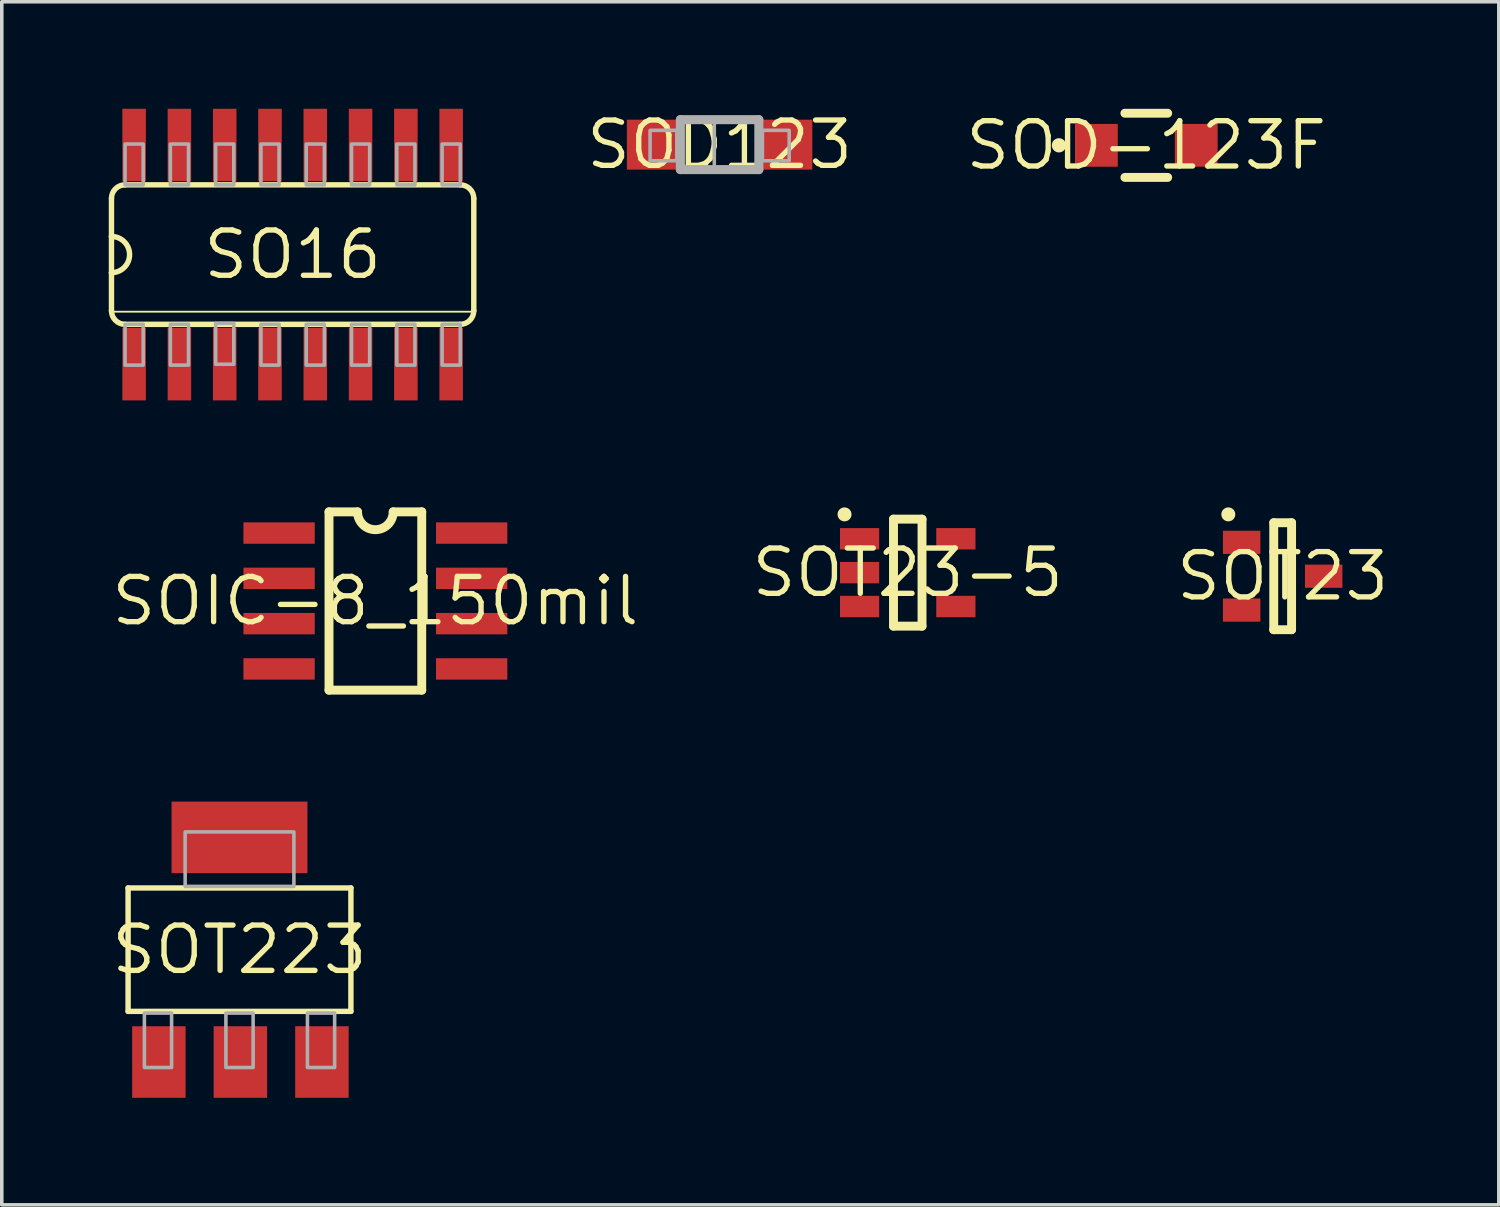
<source format=kicad_pcb>
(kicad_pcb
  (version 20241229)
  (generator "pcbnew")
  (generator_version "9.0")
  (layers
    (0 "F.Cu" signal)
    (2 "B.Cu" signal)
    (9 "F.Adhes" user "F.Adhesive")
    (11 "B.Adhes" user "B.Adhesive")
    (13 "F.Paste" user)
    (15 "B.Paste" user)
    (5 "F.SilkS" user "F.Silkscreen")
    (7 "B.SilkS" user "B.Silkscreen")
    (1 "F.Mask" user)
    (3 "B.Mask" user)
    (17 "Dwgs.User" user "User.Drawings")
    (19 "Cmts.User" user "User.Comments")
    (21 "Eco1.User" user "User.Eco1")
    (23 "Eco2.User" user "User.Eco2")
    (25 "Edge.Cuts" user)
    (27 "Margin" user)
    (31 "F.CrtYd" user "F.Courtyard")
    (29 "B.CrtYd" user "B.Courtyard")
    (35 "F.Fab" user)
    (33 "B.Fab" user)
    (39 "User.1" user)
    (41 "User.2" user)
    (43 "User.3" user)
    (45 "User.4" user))
  (footprint "SOT23"
    (layer "F.Cu")
    (at 32.918 13.108)
    (property "Reference" "SOT23" (at 0 0 0) (layer "F.SilkS") (effects (font (size 1.27 1.27) (thickness 0.15))))
    (fp_line (start -0.25 -1.5) (end -0.25 1.5) (stroke (width 0.25) (type solid)) (layer "F.SilkS"))
    (fp_line (start -0.25 1.5) (end 0.25 1.5) (stroke (width 0.25) (type solid)) (layer "F.SilkS"))
    (fp_line (start 0.25 -1.5) (end -0.25 -1.5) (stroke (width 0.25) (type solid)) (layer "F.SilkS"))
    (fp_line (start 0.25 1.5) (end 0.25 -1.5) (stroke (width 0.25) (type solid)) (layer "F.SilkS"))
    (fp_circle (center -1.524 -1.734) (end -1.426 -1.734) (stroke (width 0.196) (type solid)) (fill yes) (layer "F.SilkS"))
    (pad "1" smd rect (at -1.15 -0.95 270) (size 0.65 1.05) (layers "F.Cu" "F.Mask" "F.Paste"))
    (pad "2" smd rect (at -1.15 0.95 270) (size 0.65 1.05) (layers "F.Cu" "F.Mask" "F.Paste"))
    (pad "3" smd rect (at 1.15 0 270) (size 0.65 1.05) (layers "F.Cu" "F.Mask" "F.Paste")))
  (footprint "SOD123"
    (layer "F.Cu")
    (at 17.129 1.006)
    (property "Reference" "SOD123" (at 0 0 0) (layer "F.SilkS") (effects (font (size 1.27 1.27) (thickness 0.15))))
    (fp_line (start -1.1 -0.7) (end 1.1 -0.7) (stroke (width 0.254) (type solid)) (layer "F.Fab"))
    (fp_line (start -1.1 0.7) (end -1.1 -0.7) (stroke (width 0.254) (type solid)) (layer "F.Fab"))
    (fp_line (start 1.1 -0.7) (end 1.1 0.7) (stroke (width 0.254) (type solid)) (layer "F.Fab"))
    (fp_line (start 1.1 0.7) (end -1.1 0.7) (stroke (width 0.254) (type solid)) (layer "F.Fab"))
    (fp_poly (pts (xy -1.199 0.452) (xy -1.95 0.452) (xy -1.95 -0.401) (xy -1.199 -0.401)) (stroke (width 0.1) (type default)) (fill no) (layer "F.Fab"))
    (fp_poly (pts (xy -0.149 0.652) (xy -1.05 0.652) (xy -1.05 -0.701) (xy -0.149 -0.701)) (stroke (width 0.1) (type default)) (fill no) (layer "F.Fab"))
    (fp_poly (pts (xy 1.951 0.452) (xy 1.2 0.452) (xy 1.2 -0.401) (xy 1.951 -0.401)) (stroke (width 0.1) (type default)) (fill no) (layer "F.Fab"))
    (pad "A" smd rect (at 1.9 0 1.211639879e-14) (size 1.4 1.4) (layers "F.Cu" "F.Mask" "F.Paste"))
    (pad "C" smd rect (at -1.9 0 1.211639879e-14) (size 1.4 1.4) (layers "F.Cu" "F.Mask" "F.Paste")))
  (footprint "SOT223"
    (layer "F.Cu")
    (at 3.666 23.581)
    (property "Reference" "SOT223" (at 0 0 0) (layer "F.SilkS") (effects (font (size 1.27 1.27) (thickness 0.15))))
    (fp_line (start -3.124 -1.731) (end -3.124 1.729) (stroke (width 0.152) (type solid)) (layer "F.SilkS"))
    (fp_line (start -3.124 -1.731) (end 3.124 -1.731) (stroke (width 0.152) (type solid)) (layer "F.SilkS"))
    (fp_line (start 3.124 1.729) (end -3.124 1.729) (stroke (width 0.152) (type solid)) (layer "F.SilkS"))
    (fp_line (start 3.124 1.729) (end 3.124 -1.731) (stroke (width 0.152) (type solid)) (layer "F.SilkS"))
    (fp_poly (pts (xy -1.904 3.303) (xy -2.667 3.303) (xy -2.667 1.777) (xy -1.904 1.777)) (stroke (width 0.1) (type default)) (fill no) (layer "F.Fab"))
    (fp_poly (pts (xy 0.382 3.303) (xy -0.381 3.303) (xy -0.381 1.777) (xy 0.382 1.777)) (stroke (width 0.1) (type default)) (fill no) (layer "F.Fab"))
    (fp_poly (pts (xy 1.525 -1.775) (xy -1.524 -1.775) (xy -1.524 -3.303) (xy 1.525 -3.303)) (stroke (width 0.1) (type default)) (fill no) (layer "F.Fab"))
    (fp_poly (pts (xy 2.668 3.303) (xy 1.905 3.303) (xy 1.905 1.777) (xy 2.668 1.777)) (stroke (width 0.1) (type default)) (fill no) (layer "F.Fab"))
    (pad "1" smd rect (at -2.261 3.15 1.697880519e-14) (size 1.499 2.007) (layers "F.Cu" "F.Mask" "F.Paste"))
    (pad "2" smd rect (at 0.025 3.15 1.697880519e-14) (size 1.499 2.007) (layers "F.Cu" "F.Mask" "F.Paste"))
    (pad "3" smd rect (at 2.311 3.15 1.697880519e-14) (size 1.499 2.007) (layers "F.Cu" "F.Mask" "F.Paste"))
    (pad "4" smd rect (at 0 -3.15 1.558277009e-14) (size 3.81 2.007) (layers "F.Cu" "F.Mask" "F.Paste")))
  (footprint "SO16"
    (layer "F.Cu")
    (at 5.156 4.089)
    (property "Reference" "SO16" (at 0 0 0) (layer "F.SilkS") (effects (font (size 1.27 1.27) (thickness 0.15))))
    (fp_line (start -5.08 -1.574) (end -5.08 -0.508) (stroke (width 0.152) (type solid)) (layer "F.SilkS"))
    (fp_line (start -5.08 -0.508) (end -5.08 0.508) (stroke (width 0.152) (type solid)) (layer "F.SilkS"))
    (fp_line (start -5.08 0.508) (end -5.08 1.574) (stroke (width 0.152) (type solid)) (layer "F.SilkS"))
    (fp_line (start -5.08 1.601) (end 5.08 1.601) (stroke (width 0.051) (type solid)) (layer "F.SilkS"))
    (fp_line (start -4.699 1.956) (end 4.699 1.956) (stroke (width 0.152) (type solid)) (layer "F.SilkS"))
    (fp_line (start 4.699 -1.956) (end -4.699 -1.956) (stroke (width 0.152) (type solid)) (layer "F.SilkS"))
    (fp_line (start 5.08 1.574) (end 5.08 -1.574) (stroke (width 0.152) (type solid)) (layer "F.SilkS"))
    (fp_arc (start -5.08 -1.573999) (mid -4.968731 -1.844023) (end -4.699 -1.956) (stroke (width 0.152) (type solid)) (layer "F.SilkS"))
    (fp_arc (start -5.079998 -0.508) (mid -4.5719 0.000001) (end -5.08 0.508) (stroke (width 0.152) (type solid)) (layer "F.SilkS"))
    (fp_arc (start -4.698999 1.956) (mid -4.968831 1.844124) (end -5.08 1.574) (stroke (width 0.152) (type solid)) (layer "F.SilkS"))
    (fp_arc (start 4.698999 -1.956) (mid 4.968731 -1.844024) (end 5.08 -1.574) (stroke (width 0.152) (type solid)) (layer "F.SilkS"))
    (fp_arc (start 5.08 1.574) (mid 4.968634 1.843927) (end 4.699 1.956) (stroke (width 0.152) (type solid)) (layer "F.SilkS"))
    (fp_poly (pts (xy -4.19 -1.955) (xy -4.699 -1.955) (xy -4.699 -3.1) (xy -4.19 -3.1)) (stroke (width 0.1) (type default)) (fill no) (layer "F.Fab"))
    (fp_poly (pts (xy -4.19 3.1) (xy -4.699 3.1) (xy -4.699 1.955) (xy -4.19 1.955)) (stroke (width 0.1) (type default)) (fill no) (layer "F.Fab"))
    (fp_poly (pts (xy -2.92 -1.955) (xy -3.429 -1.955) (xy -3.429 -3.1) (xy -2.92 -3.1)) (stroke (width 0.1) (type default)) (fill no) (layer "F.Fab"))
    (fp_poly (pts (xy -2.92 3.1) (xy -3.429 3.1) (xy -3.429 1.955) (xy -2.92 1.955)) (stroke (width 0.1) (type default)) (fill no) (layer "F.Fab"))
    (fp_poly (pts (xy -1.65 -1.955) (xy -2.159 -1.955) (xy -2.159 -3.1) (xy -1.65 -3.1)) (stroke (width 0.1) (type default)) (fill no) (layer "F.Fab"))
    (fp_poly (pts (xy -1.65 3.075) (xy -2.159 3.075) (xy -2.159 1.929) (xy -1.65 1.929)) (stroke (width 0.1) (type default)) (fill no) (layer "F.Fab"))
    (fp_poly (pts (xy -0.38 -1.955) (xy -0.889 -1.955) (xy -0.889 -3.1) (xy -0.38 -3.1)) (stroke (width 0.1) (type default)) (fill no) (layer "F.Fab"))
    (fp_poly (pts (xy -0.38 3.1) (xy -0.889 3.1) (xy -0.889 1.955) (xy -0.38 1.955)) (stroke (width 0.1) (type default)) (fill no) (layer "F.Fab"))
    (fp_poly (pts (xy 0.89 -1.955) (xy 0.381 -1.955) (xy 0.381 -3.1) (xy 0.89 -3.1)) (stroke (width 0.1) (type default)) (fill no) (layer "F.Fab"))
    (fp_poly (pts (xy 0.89 3.1) (xy 0.381 3.1) (xy 0.381 1.955) (xy 0.89 1.955)) (stroke (width 0.1) (type default)) (fill no) (layer "F.Fab"))
    (fp_poly (pts (xy 2.16 -1.955) (xy 1.651 -1.955) (xy 1.651 -3.1) (xy 2.16 -3.1)) (stroke (width 0.1) (type default)) (fill no) (layer "F.Fab"))
    (fp_poly (pts (xy 2.16 3.1) (xy 1.651 3.1) (xy 1.651 1.955) (xy 2.16 1.955)) (stroke (width 0.1) (type default)) (fill no) (layer "F.Fab"))
    (fp_poly (pts (xy 3.43 -1.955) (xy 2.921 -1.955) (xy 2.921 -3.1) (xy 3.43 -3.1)) (stroke (width 0.1) (type default)) (fill no) (layer "F.Fab"))
    (fp_poly (pts (xy 3.43 3.1) (xy 2.921 3.1) (xy 2.921 1.955) (xy 3.43 1.955)) (stroke (width 0.1) (type default)) (fill no) (layer "F.Fab"))
    (fp_poly (pts (xy 4.7 -1.955) (xy 4.191 -1.955) (xy 4.191 -3.1) (xy 4.7 -3.1)) (stroke (width 0.1) (type default)) (fill no) (layer "F.Fab"))
    (fp_poly (pts (xy 4.7 3.1) (xy 4.191 3.1) (xy 4.191 1.955) (xy 4.7 1.955)) (stroke (width 0.1) (type default)) (fill no) (layer "F.Fab"))
    (pad "1" smd rect (at -4.445 3.073 2.568588477e-14) (size 0.66 2.032) (layers "F.Cu" "F.Mask" "F.Paste"))
    (pad "2" smd rect (at -3.175 3.073 2.568588477e-14) (size 0.66 2.032) (layers "F.Cu" "F.Mask" "F.Paste"))
    (pad "3" smd rect (at -1.905 3.073 2.568588477e-14) (size 0.66 2.032) (layers "F.Cu" "F.Mask" "F.Paste"))
    (pad "4" smd rect (at -0.635 3.073 2.568588477e-14) (size 0.66 2.032) (layers "F.Cu" "F.Mask" "F.Paste"))
    (pad "5" smd rect (at 0.635 3.073 2.568588477e-14) (size 0.66 2.032) (layers "F.Cu" "F.Mask" "F.Paste"))
    (pad "6" smd rect (at 1.905 3.073 2.568588477e-14) (size 0.66 2.032) (layers "F.Cu" "F.Mask" "F.Paste"))
    (pad "7" smd rect (at 3.175 3.073 2.568588477e-14) (size 0.66 2.032) (layers "F.Cu" "F.Mask" "F.Paste"))
    (pad "8" smd rect (at 4.445 3.073 2.568588477e-14) (size 0.66 2.032) (layers "F.Cu" "F.Mask" "F.Paste"))
    (pad "9" smd rect (at 4.445 -3.073 2.568588477e-14) (size 0.66 2.032) (layers "F.Cu" "F.Mask" "F.Paste"))
    (pad "10" smd rect (at 3.175 -3.073 2.568588477e-14) (size 0.66 2.032) (layers "F.Cu" "F.Mask" "F.Paste"))
    (pad "11" smd rect (at 1.905 -3.073 2.568588477e-14) (size 0.66 2.032) (layers "F.Cu" "F.Mask" "F.Paste"))
    (pad "12" smd rect (at 0.635 -3.073 2.568588477e-14) (size 0.66 2.032) (layers "F.Cu" "F.Mask" "F.Paste"))
    (pad "13" smd rect (at -0.635 -3.073 2.568588477e-14) (size 0.66 2.032) (layers "F.Cu" "F.Mask" "F.Paste"))
    (pad "14" smd rect (at -1.905 -3.073 2.568588477e-14) (size 0.66 2.032) (layers "F.Cu" "F.Mask" "F.Paste"))
    (pad "15" smd rect (at -3.175 -3.073 2.568588477e-14) (size 0.66 2.032) (layers "F.Cu" "F.Mask" "F.Paste"))
    (pad "16" smd rect (at -4.445 -3.073 2.568588477e-14) (size 0.66 2.032) (layers "F.Cu" "F.Mask" "F.Paste")))
  (footprint "SOIC-8_150mil"
    (layer "F.Cu")
    (at 7.476 13.803)
    (property "Reference" "SOIC-8_150mil" (at 0 0 0) (layer "F.SilkS") (effects (font (size 1.27 1.27) (thickness 0.15))))
    (fp_poly (pts (xy -3.7 -1.605) (xy -3.7 -2.205) (xy -1.7 -2.205) (xy -1.7 -1.605)) (stroke (width 0) (type default)) (fill yes) (layer "F.Mask"))
    (fp_poly (pts (xy -3.7 -0.335) (xy -3.7 -0.935) (xy -1.7 -0.935) (xy -1.7 -0.335)) (stroke (width 0) (type default)) (fill yes) (layer "F.Mask"))
    (fp_poly (pts (xy -3.7 0.935) (xy -3.7 0.335) (xy -1.7 0.335) (xy -1.7 0.935)) (stroke (width 0) (type default)) (fill yes) (layer "F.Mask"))
    (fp_poly (pts (xy -3.7 2.205) (xy -3.7 1.605) (xy -1.7 1.605) (xy -1.7 2.205)) (stroke (width 0) (type default)) (fill yes) (layer "F.Mask"))
    (fp_poly (pts (xy 1.7 -1.605) (xy 1.7 -2.205) (xy 3.7 -2.205) (xy 3.7 -1.605)) (stroke (width 0) (type default)) (fill yes) (layer "F.Mask"))
    (fp_poly (pts (xy 1.7 -0.335) (xy 1.7 -0.935) (xy 3.7 -0.935) (xy 3.7 -0.335)) (stroke (width 0) (type default)) (fill yes) (layer "F.Mask"))
    (fp_poly (pts (xy 1.7 0.935) (xy 1.7 0.335) (xy 3.7 0.335) (xy 3.7 0.935)) (stroke (width 0) (type default)) (fill yes) (layer "F.Mask"))
    (fp_poly (pts (xy 1.7 2.205) (xy 1.7 1.605) (xy 3.7 1.605) (xy 3.7 2.205)) (stroke (width 0) (type default)) (fill yes) (layer "F.Mask"))
    (fp_line (start -1.3 -2.5) (end -1.3 2.5) (stroke (width 0.25) (type solid)) (layer "F.SilkS"))
    (fp_line (start -1.3 2.5) (end 1.3 2.5) (stroke (width 0.25) (type solid)) (layer "F.SilkS"))
    (fp_line (start -0.5 -2.5) (end -1.3 -2.5) (stroke (width 0.25) (type solid)) (layer "F.SilkS"))
    (fp_line (start 0.5 -2.5) (end 1.3 -2.5) (stroke (width 0.25) (type solid)) (layer "F.SilkS"))
    (fp_line (start 1.3 -2.5) (end 1.3 2.5) (stroke (width 0.25) (type solid)) (layer "F.SilkS"))
    (fp_arc (start 0.5 -2.499998) (mid -0.000001 -2.000229) (end -0.5 -2.5) (stroke (width 0.25) (type solid)) (layer "F.SilkS"))
    (fp_poly (pts (xy -3.7 -1.605) (xy -3.7 -2.205) (xy -1.7 -2.205) (xy -1.7 -1.605)) (stroke (width 0) (type default)) (fill yes) (layer "F.Paste"))
    (fp_poly (pts (xy -3.7 -0.335) (xy -3.7 -0.935) (xy -1.7 -0.935) (xy -1.7 -0.335)) (stroke (width 0) (type default)) (fill yes) (layer "F.Paste"))
    (fp_poly (pts (xy -3.7 0.935) (xy -3.7 0.335) (xy -1.7 0.335) (xy -1.7 0.935)) (stroke (width 0) (type default)) (fill yes) (layer "F.Paste"))
    (fp_poly (pts (xy -3.7 2.205) (xy -3.7 1.605) (xy -1.7 1.605) (xy -1.7 2.205)) (stroke (width 0) (type default)) (fill yes) (layer "F.Paste"))
    (fp_poly (pts (xy 1.7 -1.605) (xy 1.7 -2.205) (xy 3.7 -2.205) (xy 3.7 -1.605)) (stroke (width 0) (type default)) (fill yes) (layer "F.Paste"))
    (fp_poly (pts (xy 1.7 -0.335) (xy 1.7 -0.935) (xy 3.7 -0.935) (xy 3.7 -0.335)) (stroke (width 0) (type default)) (fill yes) (layer "F.Paste"))
    (fp_poly (pts (xy 1.7 0.935) (xy 1.7 0.335) (xy 3.7 0.335) (xy 3.7 0.935)) (stroke (width 0) (type default)) (fill yes) (layer "F.Paste"))
    (fp_poly (pts (xy 1.7 2.205) (xy 1.7 1.605) (xy 3.7 1.605) (xy 3.7 2.205)) (stroke (width 0) (type default)) (fill yes) (layer "F.Paste"))
    (pad "1" smd rect (at -2.7 -1.905 90) (size 0.6 2) (layers "F.Cu"))
    (pad "2" smd rect (at -2.7 -0.635 90) (size 0.6 2) (layers "F.Cu"))
    (pad "3" smd rect (at -2.7 0.635 90) (size 0.6 2) (layers "F.Cu"))
    (pad "4" smd rect (at -2.7 1.905 90) (size 0.6 2) (layers "F.Cu"))
    (pad "5" smd rect (at 2.7 1.905 90) (size 0.6 2) (layers "F.Cu"))
    (pad "6" smd rect (at 2.7 0.635 90) (size 0.6 2) (layers "F.Cu"))
    (pad "7" smd rect (at 2.7 -0.635 90) (size 0.6 2) (layers "F.Cu"))
    (pad "8" smd rect (at 2.7 -1.905 90) (size 0.6 2) (layers "F.Cu")))
  (footprint "SOT23-5"
    (layer "F.Cu")
    (at 22.404 13.008)
    (property "Reference" "SOT23-5" (at 0 0 0) (layer "F.SilkS") (effects (font (size 1.27 1.27) (thickness 0.15))))
    (fp_line (start -0.399 -1.5) (end -0.399 1.5) (stroke (width 0.25) (type solid)) (layer "F.SilkS"))
    (fp_line (start -0.399 -1.5) (end 0.401 -1.5) (stroke (width 0.25) (type solid)) (layer "F.SilkS"))
    (fp_line (start -0.399 1.5) (end 0.401 1.5) (stroke (width 0.25) (type solid)) (layer "F.SilkS"))
    (fp_line (start 0.401 -1.5) (end 0.401 1.5) (stroke (width 0.25) (type solid)) (layer "F.SilkS"))
    (fp_circle (center -1.772 -1.634) (end -1.674 -1.634) (stroke (width 0.196) (type solid)) (fill yes) (layer "F.SilkS"))
    (pad "1" smd rect (at -1.35 -0.95 270) (size 0.6 1.1) (layers "F.Cu" "F.Mask" "F.Paste"))
    (pad "2" smd rect (at -1.35 0 270) (size 0.6 1.1) (layers "F.Cu" "F.Mask" "F.Paste"))
    (pad "3" smd rect (at -1.35 0.95 270) (size 0.6 1.1) (layers "F.Cu" "F.Mask" "F.Paste"))
    (pad "4" smd rect (at 1.35 0.95 270) (size 0.6 1.1) (layers "F.Cu" "F.Mask" "F.Paste"))
    (pad "5" smd rect (at 1.35 -0.95 270) (size 0.6 1.1) (layers "F.Cu" "F.Mask" "F.Paste")))
  (footprint "SOD-123F"
    (layer "F.Cu")
    (at 29.094 1.025)
    (property "Reference" "SOD-123F" (at 0 0 0) (layer "F.SilkS") (effects (font (size 1.27 1.27) (thickness 0.15))))
    (fp_line (start -0.6 -0.9) (end 0.6 -0.9) (stroke (width 0.25) (type solid)) (layer "F.SilkS"))
    (fp_line (start -0.6 0.9) (end 0.6 0.9) (stroke (width 0.25) (type solid)) (layer "F.SilkS"))
    (fp_circle (center -2.45 0) (end -2.35 0) (stroke (width 0.2) (type solid)) (fill yes) (layer "F.SilkS"))
    (pad "1" smd rect (at -1.4 0) (size 1.2 1.2) (layers "F.Cu" "F.Mask" "F.Paste"))
    (pad "2" smd rect (at 1.4 0) (size 1.2 1.2) (layers "F.Cu" "F.Mask" "F.Paste")))
  (gr_rect
    (start -3 -3)
    (end 38.979 30.735)
    (stroke (width 0.1) (type default))
    (fill no)
    (layer "Edge.Cuts")))
</source>
